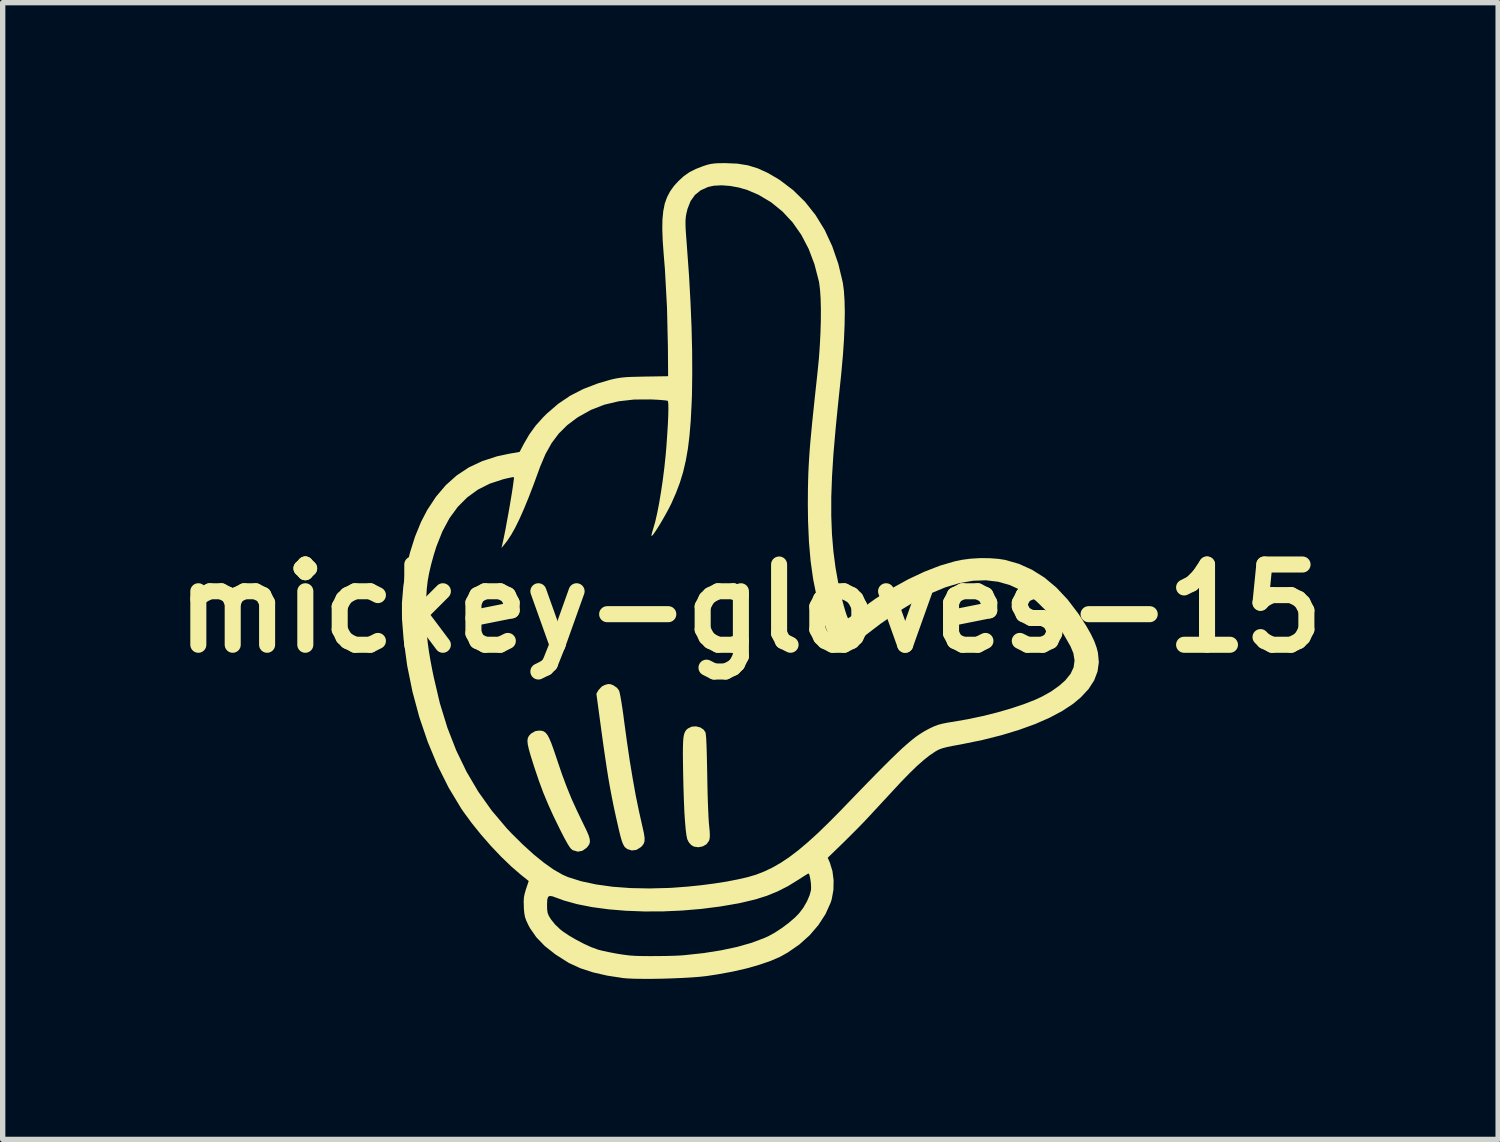
<source format=kicad_pcb>
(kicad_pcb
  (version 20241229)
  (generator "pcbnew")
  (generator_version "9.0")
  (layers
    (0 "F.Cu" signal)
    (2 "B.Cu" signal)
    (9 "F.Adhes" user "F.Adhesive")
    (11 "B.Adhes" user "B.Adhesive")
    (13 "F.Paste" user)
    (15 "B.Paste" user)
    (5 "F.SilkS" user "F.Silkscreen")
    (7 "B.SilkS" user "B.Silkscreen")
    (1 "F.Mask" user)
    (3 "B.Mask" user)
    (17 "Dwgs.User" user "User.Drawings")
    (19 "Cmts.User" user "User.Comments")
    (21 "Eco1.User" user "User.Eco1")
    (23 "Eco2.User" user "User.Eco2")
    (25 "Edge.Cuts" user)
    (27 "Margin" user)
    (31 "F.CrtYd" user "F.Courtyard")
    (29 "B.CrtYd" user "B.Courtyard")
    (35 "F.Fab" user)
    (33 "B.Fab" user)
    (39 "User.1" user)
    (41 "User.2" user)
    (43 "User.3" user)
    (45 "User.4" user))
  (footprint "mickey-gloves-15"
    (layer "F.Cu")
    (at 10.979 8.325)
    (property "Reference" "mickey-gloves-15" (at 0 0 0) (layer "F.SilkS") (effects (font (size 1.5 1.5) (thickness 0.3))))
    (attr board_only exclude_from_pos_files exclude_from_bom)
    (fp_poly (pts (xy -3.904 2.286) (xy -3.864 2.298) (xy -3.828 2.324) (xy -3.794 2.366) (xy -3.76 2.43) (xy -3.722 2.52) (xy -3.679 2.639) (xy -3.627 2.792) (xy -3.613 2.834) (xy -3.524 3.097) (xy -3.435 3.335) (xy -3.343 3.561) (xy -3.239 3.789) (xy -3.127 4.021) (xy -3.067 4.144) (xy -3.026 4.238) (xy -3.005 4.309) (xy -3.001 4.365) (xy -3.014 4.411) (xy -3.044 4.453) (xy -3.066 4.477) (xy -3.144 4.531) (xy -3.227 4.546) (xy -3.317 4.52) (xy -3.328 4.514) (xy -3.354 4.493) (xy -3.385 4.453) (xy -3.424 4.39) (xy -3.474 4.3) (xy -3.537 4.178) (xy -3.569 4.114) (xy -3.684 3.878) (xy -3.783 3.659) (xy -3.872 3.445) (xy -3.955 3.221) (xy -4.038 2.975) (xy -4.066 2.887) (xy -4.112 2.74) (xy -4.144 2.626) (xy -4.163 2.539) (xy -4.169 2.474) (xy -4.162 2.424) (xy -4.143 2.385) (xy -4.112 2.35) (xy -4.095 2.335) (xy -4.021 2.293) (xy -3.952 2.283)) (stroke (width 0) (type solid)) (fill yes) (layer "F.SilkS"))
    (fp_poly (pts (xy -0.937 2.224) (xy -0.873 2.267) (xy -0.84 2.318) (xy -0.834 2.355) (xy -0.827 2.429) (xy -0.822 2.538) (xy -0.817 2.679) (xy -0.813 2.848) (xy -0.809 3.043) (xy -0.808 3.088) (xy -0.805 3.268) (xy -0.801 3.445) (xy -0.796 3.614) (xy -0.79 3.766) (xy -0.784 3.897) (xy -0.778 3.997) (xy -0.774 4.041) (xy -0.763 4.152) (xy -0.759 4.231) (xy -0.761 4.287) (xy -0.769 4.327) (xy -0.775 4.343) (xy -0.821 4.407) (xy -0.892 4.448) (xy -0.974 4.464) (xy -1.055 4.452) (xy -1.107 4.423) (xy -1.151 4.373) (xy -1.18 4.316) (xy -1.196 4.244) (xy -1.21 4.134) (xy -1.223 3.986) (xy -1.235 3.804) (xy -1.244 3.589) (xy -1.252 3.343) (xy -1.258 3.087) (xy -1.261 2.889) (xy -1.263 2.728) (xy -1.262 2.598) (xy -1.259 2.497) (xy -1.253 2.419) (xy -1.243 2.361) (xy -1.229 2.318) (xy -1.211 2.286) (xy -1.189 2.26) (xy -1.168 2.243) (xy -1.097 2.209) (xy -1.016 2.204)) (stroke (width 0) (type solid)) (fill yes) (layer "F.SilkS"))
    (fp_poly (pts (xy -2.618 1.415) (xy -2.563 1.436) (xy -2.561 1.437) (xy -2.494 1.484) (xy -2.455 1.537) (xy -2.445 1.575) (xy -2.43 1.647) (xy -2.413 1.746) (xy -2.394 1.865) (xy -2.375 1.999) (xy -2.365 2.079) (xy -2.31 2.482) (xy -2.256 2.849) (xy -2.2 3.186) (xy -2.144 3.498) (xy -2.084 3.789) (xy -2.022 4.066) (xy -2.018 4.082) (xy -1.992 4.2) (xy -1.979 4.287) (xy -1.98 4.352) (xy -1.997 4.401) (xy -2.028 4.442) (xy -2.049 4.462) (xy -2.132 4.513) (xy -2.218 4.524) (xy -2.299 4.499) (xy -2.331 4.477) (xy -2.358 4.448) (xy -2.382 4.405) (xy -2.405 4.344) (xy -2.43 4.257) (xy -2.459 4.139) (xy -2.473 4.077) (xy -2.517 3.883) (xy -2.556 3.703) (xy -2.591 3.528) (xy -2.624 3.354) (xy -2.656 3.172) (xy -2.687 2.977) (xy -2.719 2.762) (xy -2.754 2.52) (xy -2.792 2.244) (xy -2.794 2.228) (xy -2.88 1.593) (xy -2.84 1.525) (xy -2.779 1.459) (xy -2.72 1.429) (xy -2.662 1.413)) (stroke (width 0) (type solid)) (fill yes) (layer "F.SilkS"))
    (fp_poly (pts (xy -0.245 -8.316) (xy -0.05 -8.285) (xy 0.136 -8.228) (xy 0.323 -8.143) (xy 0.52 -8.028) (xy 0.554 -8.006) (xy 0.8 -7.819) (xy 1.022 -7.601) (xy 1.218 -7.353) (xy 1.388 -7.076) (xy 1.529 -6.772) (xy 1.643 -6.442) (xy 1.727 -6.09) (xy 1.747 -5.942) (xy 1.759 -5.758) (xy 1.764 -5.542) (xy 1.76 -5.299) (xy 1.749 -5.033) (xy 1.73 -4.748) (xy 1.703 -4.447) (xy 1.694 -4.352) (xy 1.675 -4.172) (xy 1.655 -3.981) (xy 1.635 -3.79) (xy 1.617 -3.61) (xy 1.601 -3.45) (xy 1.59 -3.333) (xy 1.551 -2.883) (xy 1.525 -2.467) (xy 1.511 -2.082) (xy 1.511 -1.723) (xy 1.524 -1.386) (xy 1.551 -1.066) (xy 1.591 -0.761) (xy 1.644 -0.464) (xy 1.665 -0.367) (xy 1.69 -0.256) (xy 1.719 -0.145) (xy 1.748 -0.039) (xy 1.775 0.054) (xy 1.799 0.126) (xy 1.817 0.171) (xy 1.826 0.183) (xy 1.846 0.172) (xy 1.891 0.14) (xy 1.955 0.093) (xy 2.032 0.035) (xy 2.04 0.03) (xy 2.34 -0.184) (xy 2.644 -0.377) (xy 2.949 -0.545) (xy 3.249 -0.686) (xy 3.539 -0.799) (xy 3.815 -0.88) (xy 3.945 -0.908) (xy 4.107 -0.93) (xy 4.287 -0.941) (xy 4.469 -0.94) (xy 4.639 -0.927) (xy 4.76 -0.908) (xy 5.02 -0.834) (xy 5.265 -0.723) (xy 5.497 -0.577) (xy 5.717 -0.393) (xy 5.926 -0.171) (xy 6.125 0.09) (xy 6.167 0.153) (xy 6.278 0.327) (xy 6.364 0.478) (xy 6.428 0.611) (xy 6.472 0.732) (xy 6.496 0.826) (xy 6.513 1.004) (xy 6.489 1.177) (xy 6.426 1.344) (xy 6.322 1.505) (xy 6.177 1.661) (xy 6.03 1.784) (xy 5.83 1.916) (xy 5.593 2.042) (xy 5.322 2.161) (xy 5.02 2.27) (xy 4.69 2.37) (xy 4.336 2.459) (xy 3.96 2.536) (xy 3.908 2.546) (xy 3.775 2.57) (xy 3.675 2.591) (xy 3.6 2.61) (xy 3.541 2.63) (xy 3.492 2.653) (xy 3.46 2.672) (xy 3.355 2.742) (xy 3.241 2.832) (xy 3.116 2.942) (xy 2.976 3.078) (xy 2.818 3.24) (xy 2.699 3.368) (xy 2.592 3.484) (xy 2.483 3.601) (xy 2.379 3.714) (xy 2.286 3.814) (xy 2.211 3.895) (xy 2.184 3.924) (xy 2.112 4) (xy 2.019 4.096) (xy 1.914 4.201) (xy 1.807 4.308) (xy 1.73 4.384) (xy 1.445 4.66) (xy 1.485 4.753) (xy 1.533 4.909) (xy 1.555 5.083) (xy 1.551 5.263) (xy 1.52 5.434) (xy 1.501 5.496) (xy 1.404 5.712) (xy 1.271 5.918) (xy 1.105 6.111) (xy 0.912 6.284) (xy 0.694 6.434) (xy 0.554 6.512) (xy 0.379 6.588) (xy 0.17 6.66) (xy -0.068 6.728) (xy -0.329 6.788) (xy -0.607 6.839) (xy -0.816 6.871) (xy -0.943 6.885) (xy -1.097 6.897) (xy -1.271 6.907) (xy -1.458 6.915) (xy -1.649 6.921) (xy -1.836 6.924) (xy -2.013 6.924) (xy -2.169 6.922) (xy -2.299 6.916) (xy -2.373 6.91) (xy -2.671 6.865) (xy -2.942 6.803) (xy -3.181 6.725) (xy -3.385 6.631) (xy -3.409 6.618) (xy -3.646 6.467) (xy -3.844 6.311) (xy -4.002 6.147) (xy -4.121 5.976) (xy -4.151 5.92) (xy -4.19 5.837) (xy -4.214 5.77) (xy -4.227 5.701) (xy -4.235 5.614) (xy -4.236 5.578) (xy -4.237 5.553) (xy -3.802 5.553) (xy -3.8 5.634) (xy -3.791 5.692) (xy -3.771 5.743) (xy -3.734 5.804) (xy -3.725 5.817) (xy -3.651 5.909) (xy -3.555 6) (xy -3.511 6.035) (xy -3.395 6.113) (xy -3.258 6.193) (xy -3.115 6.268) (xy -2.977 6.331) (xy -2.857 6.375) (xy -2.853 6.377) (xy -2.763 6.4) (xy -2.646 6.425) (xy -2.516 6.45) (xy -2.386 6.471) (xy -2.27 6.486) (xy -2.232 6.489) (xy -2.137 6.495) (xy -2.012 6.498) (xy -1.867 6.499) (xy -1.712 6.498) (xy -1.557 6.496) (xy -1.413 6.492) (xy -1.29 6.486) (xy -1.233 6.481) (xy -0.879 6.443) (xy -0.55 6.391) (xy -0.249 6.327) (xy 0.022 6.25) (xy 0.257 6.162) (xy 0.336 6.126) (xy 0.458 6.059) (xy 0.589 5.973) (xy 0.717 5.877) (xy 0.831 5.779) (xy 0.907 5.702) (xy 0.987 5.597) (xy 1.056 5.478) (xy 1.107 5.359) (xy 1.132 5.265) (xy 1.134 5.212) (xy 1.131 5.144) (xy 1.122 5.073) (xy 1.11 5.01) (xy 1.097 4.966) (xy 1.086 4.954) (xy 1.065 4.964) (xy 1.018 4.993) (xy 0.953 5.034) (xy 0.901 5.068) (xy 0.703 5.19) (xy 0.508 5.289) (xy 0.306 5.372) (xy 0.087 5.44) (xy -0.16 5.499) (xy -0.224 5.513) (xy -0.568 5.572) (xy -0.922 5.617) (xy -1.279 5.647) (xy -1.636 5.663) (xy -1.988 5.664) (xy -2.329 5.651) (xy -2.654 5.624) (xy -2.959 5.583) (xy -3.238 5.528) (xy -3.487 5.459) (xy -3.622 5.41) (xy -3.701 5.381) (xy -3.753 5.374) (xy -3.783 5.392) (xy -3.798 5.441) (xy -3.802 5.525) (xy -3.802 5.553) (xy -4.237 5.553) (xy -4.239 5.476) (xy -4.234 5.397) (xy -4.219 5.324) (xy -4.195 5.244) (xy -4.145 5.095) (xy -4.289 4.98) (xy -4.469 4.825) (xy -4.659 4.642) (xy -4.851 4.44) (xy -5.037 4.227) (xy -5.211 4.011) (xy -5.364 3.802) (xy -5.408 3.738) (xy -5.641 3.351) (xy -5.85 2.934) (xy -6.033 2.493) (xy -6.19 2.032) (xy -6.318 1.556) (xy -6.417 1.069) (xy -6.484 0.576) (xy -6.514 0.194) (xy -6.515 0.041) (xy -6.064 0.041) (xy -6.062 0.211) (xy -6.057 0.362) (xy -6.047 0.505) (xy -6.032 0.648) (xy -6.011 0.799) (xy -5.983 0.967) (xy -5.946 1.161) (xy -5.92 1.286) (xy -5.806 1.772) (xy -5.666 2.227) (xy -5.5 2.654) (xy -5.307 3.053) (xy -5.086 3.428) (xy -4.835 3.78) (xy -4.555 4.111) (xy -4.47 4.201) (xy -4.256 4.413) (xy -4.051 4.599) (xy -3.857 4.756) (xy -3.677 4.883) (xy -3.512 4.977) (xy -3.41 5.022) (xy -3.165 5.099) (xy -2.886 5.159) (xy -2.578 5.202) (xy -2.242 5.227) (xy -1.884 5.234) (xy -1.506 5.224) (xy -1.417 5.218) (xy -1.166 5.199) (xy -0.915 5.173) (xy -0.671 5.141) (xy -0.441 5.105) (xy -0.232 5.064) (xy -0.049 5.022) (xy 0.1 4.978) (xy 0.106 4.976) (xy 0.26 4.916) (xy 0.413 4.843) (xy 0.566 4.755) (xy 0.724 4.65) (xy 0.89 4.524) (xy 1.066 4.376) (xy 1.257 4.203) (xy 1.464 4.002) (xy 1.692 3.772) (xy 1.755 3.706) (xy 1.977 3.476) (xy 2.173 3.274) (xy 2.346 3.097) (xy 2.498 2.944) (xy 2.631 2.812) (xy 2.748 2.699) (xy 2.85 2.603) (xy 2.941 2.523) (xy 3.022 2.455) (xy 3.095 2.398) (xy 3.164 2.35) (xy 3.23 2.308) (xy 3.296 2.271) (xy 3.353 2.241) (xy 3.434 2.203) (xy 3.509 2.175) (xy 3.592 2.153) (xy 3.694 2.133) (xy 3.779 2.12) (xy 4.059 2.071) (xy 4.339 2.012) (xy 4.612 1.944) (xy 4.871 1.869) (xy 5.109 1.79) (xy 5.319 1.708) (xy 5.453 1.646) (xy 5.62 1.552) (xy 5.77 1.446) (xy 5.886 1.344) (xy 5.984 1.223) (xy 6.042 1.1) (xy 6.059 0.971) (xy 6.037 0.836) (xy 5.983 0.707) (xy 5.844 0.464) (xy 5.688 0.238) (xy 5.52 0.036) (xy 5.346 -0.135) (xy 5.255 -0.21) (xy 5.056 -0.342) (xy 4.848 -0.438) (xy 4.629 -0.5) (xy 4.4 -0.527) (xy 4.16 -0.518) (xy 3.906 -0.474) (xy 3.641 -0.394) (xy 3.361 -0.278) (xy 3.067 -0.126) (xy 2.758 0.062) (xy 2.432 0.286) (xy 2.091 0.547) (xy 1.985 0.633) (xy 1.905 0.697) (xy 1.848 0.738) (xy 1.804 0.761) (xy 1.765 0.772) (xy 1.726 0.774) (xy 1.668 0.769) (xy 1.619 0.753) (xy 1.577 0.719) (xy 1.537 0.663) (xy 1.496 0.581) (xy 1.45 0.468) (xy 1.415 0.374) (xy 1.316 0.074) (xy 1.236 -0.232) (xy 1.172 -0.55) (xy 1.125 -0.885) (xy 1.094 -1.244) (xy 1.077 -1.632) (xy 1.073 -1.937) (xy 1.074 -2.094) (xy 1.075 -2.239) (xy 1.078 -2.377) (xy 1.082 -2.512) (xy 1.088 -2.648) (xy 1.096 -2.789) (xy 1.106 -2.938) (xy 1.119 -3.102) (xy 1.136 -3.282) (xy 1.155 -3.484) (xy 1.179 -3.713) (xy 1.206 -3.971) (xy 1.238 -4.263) (xy 1.256 -4.434) (xy 1.28 -4.673) (xy 1.297 -4.915) (xy 1.309 -5.154) (xy 1.316 -5.384) (xy 1.317 -5.599) (xy 1.312 -5.792) (xy 1.301 -5.959) (xy 1.284 -6.093) (xy 1.278 -6.121) (xy 1.197 -6.435) (xy 1.088 -6.723) (xy 0.951 -6.985) (xy 0.788 -7.218) (xy 0.599 -7.421) (xy 0.386 -7.594) (xy 0.15 -7.734) (xy -0.055 -7.822) (xy -0.215 -7.869) (xy -0.38 -7.899) (xy -0.54 -7.911) (xy -0.684 -7.903) (xy -0.791 -7.88) (xy -0.929 -7.818) (xy -1.037 -7.731) (xy -1.119 -7.616) (xy -1.176 -7.471) (xy -1.194 -7.398) (xy -1.204 -7.349) (xy -1.21 -7.303) (xy -1.214 -7.251) (xy -1.214 -7.19) (xy -1.212 -7.112) (xy -1.206 -7.012) (xy -1.196 -6.883) (xy -1.184 -6.72) (xy -1.184 -6.718) (xy -1.148 -6.22) (xy -1.121 -5.732) (xy -1.101 -5.261) (xy -1.09 -4.812) (xy -1.088 -4.39) (xy -1.093 -3.999) (xy -1.1 -3.822) (xy -1.116 -3.512) (xy -1.139 -3.235) (xy -1.169 -2.987) (xy -1.209 -2.762) (xy -1.258 -2.552) (xy -1.319 -2.352) (xy -1.393 -2.157) (xy -1.478 -1.964) (xy -1.521 -1.878) (xy -1.572 -1.783) (xy -1.628 -1.684) (xy -1.684 -1.588) (xy -1.738 -1.501) (xy -1.785 -1.429) (xy -1.822 -1.378) (xy -1.845 -1.354) (xy -1.85 -1.354) (xy -1.849 -1.376) (xy -1.837 -1.427) (xy -1.817 -1.492) (xy -1.78 -1.621) (xy -1.743 -1.783) (xy -1.706 -1.973) (xy -1.671 -2.183) (xy -1.638 -2.406) (xy -1.609 -2.636) (xy -1.585 -2.865) (xy -1.571 -3.027) (xy -1.556 -3.246) (xy -1.544 -3.436) (xy -1.537 -3.595) (xy -1.534 -3.722) (xy -1.535 -3.813) (xy -1.54 -3.867) (xy -1.547 -3.882) (xy -1.575 -3.888) (xy -1.635 -3.894) (xy -1.721 -3.901) (xy -1.823 -3.906) (xy -1.861 -3.908) (xy -2.175 -3.906) (xy -2.465 -3.873) (xy -2.733 -3.809) (xy -2.982 -3.712) (xy -3.216 -3.581) (xy -3.244 -3.563) (xy -3.427 -3.425) (xy -3.583 -3.27) (xy -3.716 -3.093) (xy -3.831 -2.888) (xy -3.932 -2.65) (xy -3.944 -2.616) (xy -4.05 -2.326) (xy -4.147 -2.074) (xy -4.237 -1.855) (xy -4.32 -1.668) (xy -4.399 -1.508) (xy -4.474 -1.375) (xy -4.547 -1.265) (xy -4.603 -1.193) (xy -4.654 -1.131) (xy -4.64 -1.189) (xy -4.623 -1.265) (xy -4.602 -1.366) (xy -4.578 -1.486) (xy -4.554 -1.619) (xy -4.528 -1.759) (xy -4.503 -1.9) (xy -4.48 -2.037) (xy -4.459 -2.164) (xy -4.442 -2.274) (xy -4.43 -2.364) (xy -4.422 -2.426) (xy -4.422 -2.454) (xy -4.422 -2.455) (xy -4.446 -2.454) (xy -4.499 -2.444) (xy -4.575 -2.427) (xy -4.627 -2.414) (xy -4.874 -2.333) (xy -5.096 -2.221) (xy -5.295 -2.076) (xy -5.472 -1.899) (xy -5.626 -1.688) (xy -5.758 -1.443) (xy -5.869 -1.164) (xy -5.918 -1.009) (xy -5.969 -0.824) (xy -6.006 -0.665) (xy -6.033 -0.52) (xy -6.05 -0.375) (xy -6.06 -0.219) (xy -6.064 -0.04) (xy -6.064 0.041) (xy -6.515 0.041) (xy -6.515 -0.105) (xy -6.489 -0.416) (xy -6.439 -0.732) (xy -6.365 -1.043) (xy -6.271 -1.341) (xy -6.158 -1.618) (xy -6.042 -1.841) (xy -5.877 -2.091) (xy -5.694 -2.306) (xy -5.491 -2.487) (xy -5.266 -2.636) (xy -5.015 -2.754) (xy -4.738 -2.844) (xy -4.514 -2.892) (xy -4.315 -2.927) (xy -4.237 -3.076) (xy -4.133 -3.255) (xy -4.016 -3.417) (xy -3.876 -3.573) (xy -3.805 -3.644) (xy -3.595 -3.825) (xy -3.37 -3.977) (xy -3.125 -4.103) (xy -2.853 -4.207) (xy -2.621 -4.275) (xy -2.547 -4.293) (xy -2.478 -4.306) (xy -2.408 -4.316) (xy -2.328 -4.324) (xy -2.23 -4.329) (xy -2.106 -4.332) (xy -1.977 -4.335) (xy -1.539 -4.342) (xy -1.543 -4.898) (xy -1.56 -5.629) (xy -1.599 -6.344) (xy -1.622 -6.625) (xy -1.64 -6.875) (xy -1.648 -7.09) (xy -1.645 -7.274) (xy -1.629 -7.433) (xy -1.601 -7.571) (xy -1.558 -7.691) (xy -1.5 -7.8) (xy -1.427 -7.902) (xy -1.345 -7.991) (xy -1.244 -8.084) (xy -1.139 -8.157) (xy -1.017 -8.218) (xy -0.885 -8.269) (xy -0.811 -8.293) (xy -0.747 -8.309) (xy -0.679 -8.319) (xy -0.597 -8.324) (xy -0.489 -8.325) (xy -0.459 -8.325)) (stroke (width 0) (type solid)) (fill yes) (layer "F.SilkS")))
  (gr_rect
    (start -3 -3)
    (end 24.957 18.25)
    (stroke (width 0.1) (type default))
    (fill no)
    (layer "Edge.Cuts")))
</source>
